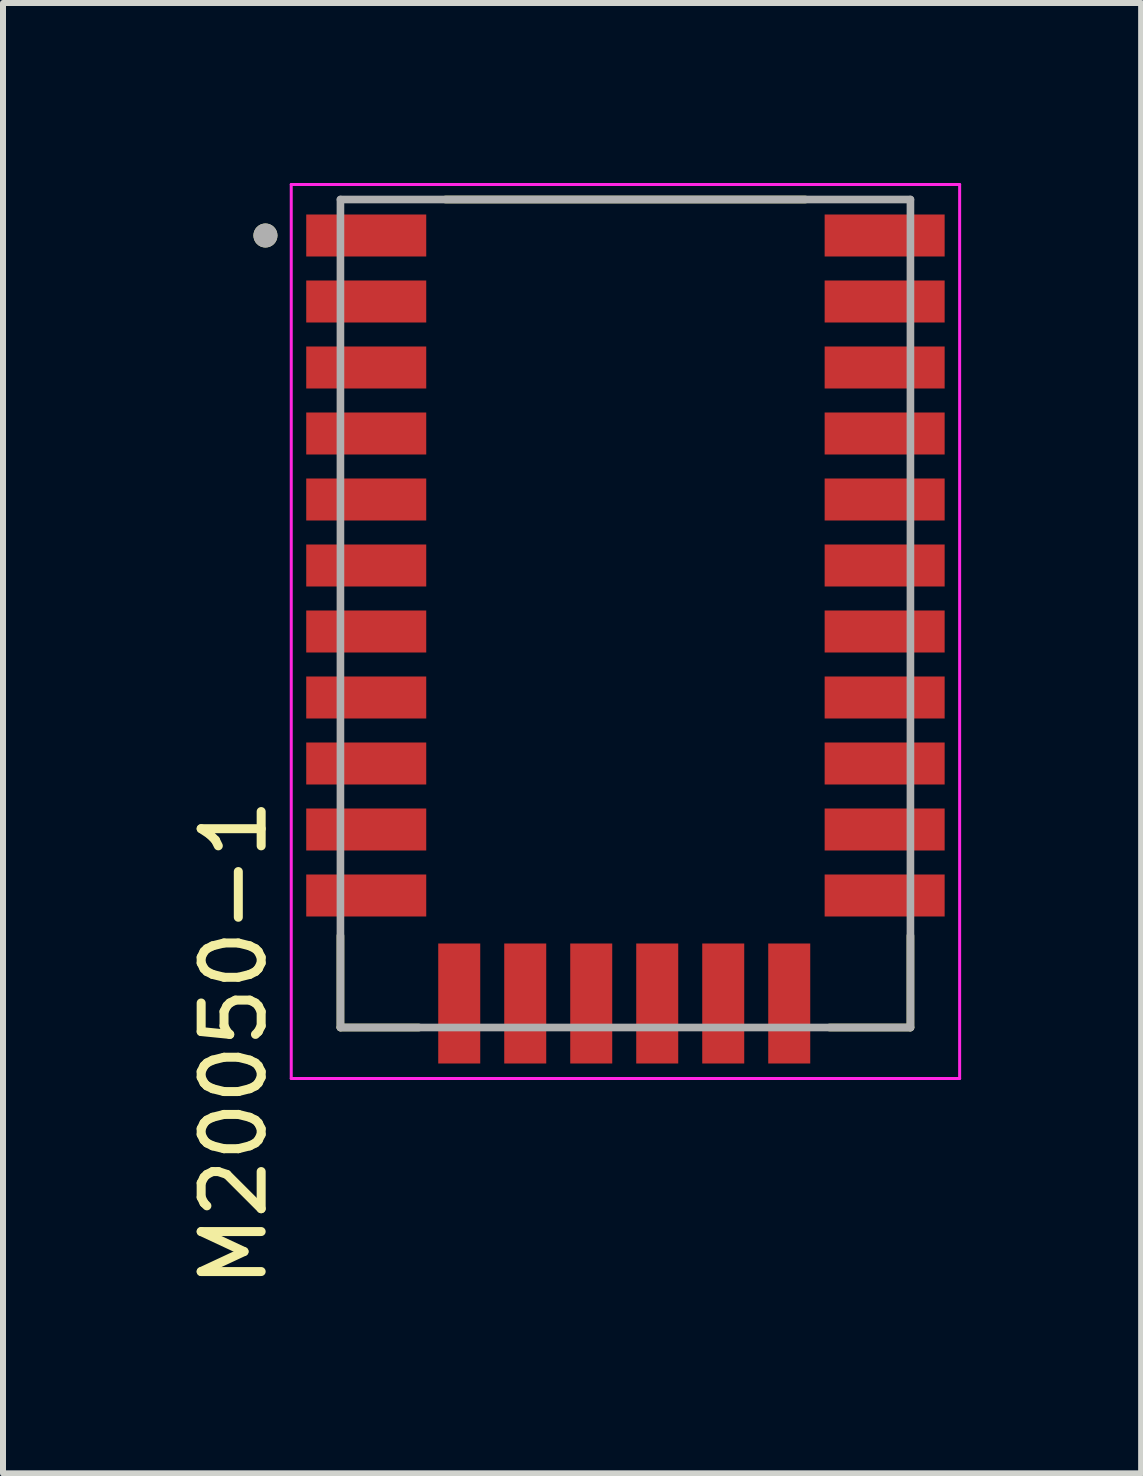
<source format=kicad_pcb>
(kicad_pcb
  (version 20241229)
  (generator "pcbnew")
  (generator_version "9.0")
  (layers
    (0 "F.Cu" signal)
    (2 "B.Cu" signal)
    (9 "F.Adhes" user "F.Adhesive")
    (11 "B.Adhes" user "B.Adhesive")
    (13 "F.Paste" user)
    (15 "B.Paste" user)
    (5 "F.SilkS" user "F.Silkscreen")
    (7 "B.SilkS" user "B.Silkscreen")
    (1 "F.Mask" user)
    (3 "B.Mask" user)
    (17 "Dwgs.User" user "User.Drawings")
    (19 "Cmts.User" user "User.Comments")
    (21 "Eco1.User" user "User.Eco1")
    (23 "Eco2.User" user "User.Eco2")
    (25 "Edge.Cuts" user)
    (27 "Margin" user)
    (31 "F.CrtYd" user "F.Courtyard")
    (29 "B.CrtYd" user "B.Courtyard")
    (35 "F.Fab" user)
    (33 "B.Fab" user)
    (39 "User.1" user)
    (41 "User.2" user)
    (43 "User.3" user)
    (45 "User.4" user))
  (footprint "M20050-1"
    (layer "F.Cu")
    (at 7.374 7.175)
    (property "Reference" "M20050-1" (at -6.526 7.158 90) (layer "F.SilkS") (effects (font (size 1 1) (thickness 0.15))))
    (attr through_hole)
    (fp_line (start -4.75 6.9) (end -4.75 5.37) (stroke (width 0.127) (type solid)) (layer "F.SilkS"))
    (fp_line (start -3.44 6.9) (end -4.75 6.9) (stroke (width 0.127) (type solid)) (layer "F.SilkS"))
    (fp_line (start -3 -6.9) (end 3 -6.9) (stroke (width 0.127) (type solid)) (layer "F.SilkS"))
    (fp_line (start 4.75 6.9) (end 3.4 6.9) (stroke (width 0.127) (type solid)) (layer "F.SilkS"))
    (fp_line (start 4.75 6.9) (end 4.75 5.37) (stroke (width 0.127) (type solid)) (layer "F.SilkS"))
    (fp_circle (center -6 -6.3) (end -5.9 -6.3) (stroke (width 0.2) (type solid)) (fill no) (layer "F.SilkS"))
    (fp_line (start -5.57 -7.15) (end -5.57 7.75) (stroke (width 0.05) (type solid)) (layer "F.CrtYd"))
    (fp_line (start -5.57 7.75) (end 5.57 7.75) (stroke (width 0.05) (type solid)) (layer "F.CrtYd"))
    (fp_line (start 5.57 -7.15) (end -5.57 -7.15) (stroke (width 0.05) (type solid)) (layer "F.CrtYd"))
    (fp_line (start 5.57 7.75) (end 5.57 -7.15) (stroke (width 0.05) (type solid)) (layer "F.CrtYd"))
    (fp_line (start -4.75 -6.9) (end 4.75 -6.9) (stroke (width 0.127) (type solid)) (layer "F.Fab"))
    (fp_line (start -4.75 6.9) (end -4.75 -6.9) (stroke (width 0.127) (type solid)) (layer "F.Fab"))
    (fp_line (start 4.75 -6.9) (end 4.75 6.9) (stroke (width 0.127) (type solid)) (layer "F.Fab"))
    (fp_line (start 4.75 6.9) (end -4.75 6.9) (stroke (width 0.127) (type solid)) (layer "F.Fab"))
    (fp_circle (center -6 -6.3) (end -5.9 -6.3) (stroke (width 0.2) (type solid)) (fill no) (layer "F.Fab"))
    (pad "1" smd rect (at -4.32 -6.3) (size 2 0.7) (layers "F.Cu" "F.Mask" "F.Paste"))
    (pad "2" smd rect (at -4.32 -5.2) (size 2 0.7) (layers "F.Cu" "F.Mask" "F.Paste"))
    (pad "3" smd rect (at -4.32 -4.1) (size 2 0.7) (layers "F.Cu" "F.Mask" "F.Paste"))
    (pad "4" smd rect (at -4.32 -3) (size 2 0.7) (layers "F.Cu" "F.Mask" "F.Paste"))
    (pad "5" smd rect (at -4.32 -1.9) (size 2 0.7) (layers "F.Cu" "F.Mask" "F.Paste"))
    (pad "6" smd rect (at -4.32 -0.8) (size 2 0.7) (layers "F.Cu" "F.Mask" "F.Paste"))
    (pad "7" smd rect (at -4.32 0.3) (size 2 0.7) (layers "F.Cu" "F.Mask" "F.Paste"))
    (pad "8" smd rect (at -4.32 1.4) (size 2 0.7) (layers "F.Cu" "F.Mask" "F.Paste"))
    (pad "9" smd rect (at -4.32 2.5) (size 2 0.7) (layers "F.Cu" "F.Mask" "F.Paste"))
    (pad "10" smd rect (at -4.32 3.6) (size 2 0.7) (layers "F.Cu" "F.Mask" "F.Paste"))
    (pad "11" smd rect (at -4.32 4.7) (size 2 0.7) (layers "F.Cu" "F.Mask" "F.Paste"))
    (pad "12" smd rect (at -2.77 6.5) (size 0.7 2) (layers "F.Cu" "F.Mask" "F.Paste"))
    (pad "13" smd rect (at -1.67 6.5) (size 0.7 2) (layers "F.Cu" "F.Mask" "F.Paste"))
    (pad "14" smd rect (at -0.57 6.5) (size 0.7 2) (layers "F.Cu" "F.Mask" "F.Paste"))
    (pad "15" smd rect (at 0.53 6.5) (size 0.7 2) (layers "F.Cu" "F.Mask" "F.Paste"))
    (pad "16" smd rect (at 1.63 6.5) (size 0.7 2) (layers "F.Cu" "F.Mask" "F.Paste"))
    (pad "17" smd rect (at 2.73 6.5) (size 0.7 2) (layers "F.Cu" "F.Mask" "F.Paste"))
    (pad "18" smd rect (at 4.32 4.7) (size 2 0.7) (layers "F.Cu" "F.Mask" "F.Paste"))
    (pad "19" smd rect (at 4.32 3.6) (size 2 0.7) (layers "F.Cu" "F.Mask" "F.Paste"))
    (pad "20" smd rect (at 4.32 2.5) (size 2 0.7) (layers "F.Cu" "F.Mask" "F.Paste"))
    (pad "21" smd rect (at 4.32 1.4) (size 2 0.7) (layers "F.Cu" "F.Mask" "F.Paste"))
    (pad "22" smd rect (at 4.32 0.3) (size 2 0.7) (layers "F.Cu" "F.Mask" "F.Paste"))
    (pad "23" smd rect (at 4.32 -0.8) (size 2 0.7) (layers "F.Cu" "F.Mask" "F.Paste"))
    (pad "24" smd rect (at 4.32 -1.9) (size 2 0.7) (layers "F.Cu" "F.Mask" "F.Paste"))
    (pad "25" smd rect (at 4.32 -3) (size 2 0.7) (layers "F.Cu" "F.Mask" "F.Paste"))
    (pad "26" smd rect (at 4.32 -4.1) (size 2 0.7) (layers "F.Cu" "F.Mask" "F.Paste"))
    (pad "27" smd rect (at 4.32 -5.2) (size 2 0.7) (layers "F.Cu" "F.Mask" "F.Paste"))
    (pad "28" smd rect (at 4.32 -6.3) (size 2 0.7) (layers "F.Cu" "F.Mask" "F.Paste"))
    (zone (net_name "") (layer "F.Cu") (hatch full 0.508) (connect_pads) (min_thickness 0.01) (filled_areas_thickness no) (keepout (tracks not_allowed) (vias not_allowed) (pads not_allowed) (copperpour not_allowed) (footprints allowed)) (placement (enabled no)) (fill) (polygon (pts (xy 4.454 0.275) (xy 10.454 0.275) (xy 10.454 5.145) (xy 4.454 5.145))))
    (zone (net_name "") (layers "F.Cu" "B.Cu") (hatch full 0.508) (connect_pads) (min_thickness 0.01) (filled_areas_thickness no) (keepout (tracks allowed) (vias not_allowed) (pads allowed) (copperpour allowed) (footprints allowed)) (placement (enabled no)) (fill) (polygon (pts (xy 4.454 0.275) (xy 10.454 0.275) (xy 10.454 5.145) (xy 4.454 5.145))))
    (zone (net_name "") (layer "B.Cu") (hatch full 0.508) (connect_pads) (min_thickness 0.01) (filled_areas_thickness no) (keepout (tracks not_allowed) (vias not_allowed) (pads not_allowed) (copperpour not_allowed) (footprints allowed)) (placement (enabled no)) (fill) (polygon (pts (xy 4.454 0.275) (xy 10.454 0.275) (xy 10.454 5.145) (xy 4.454 5.145)))))
  (gr_rect
    (start -3 -3)
    (end 15.969 21.506)
    (stroke (width 0.1) (type default))
    (fill no)
    (layer "Edge.Cuts")))
</source>
